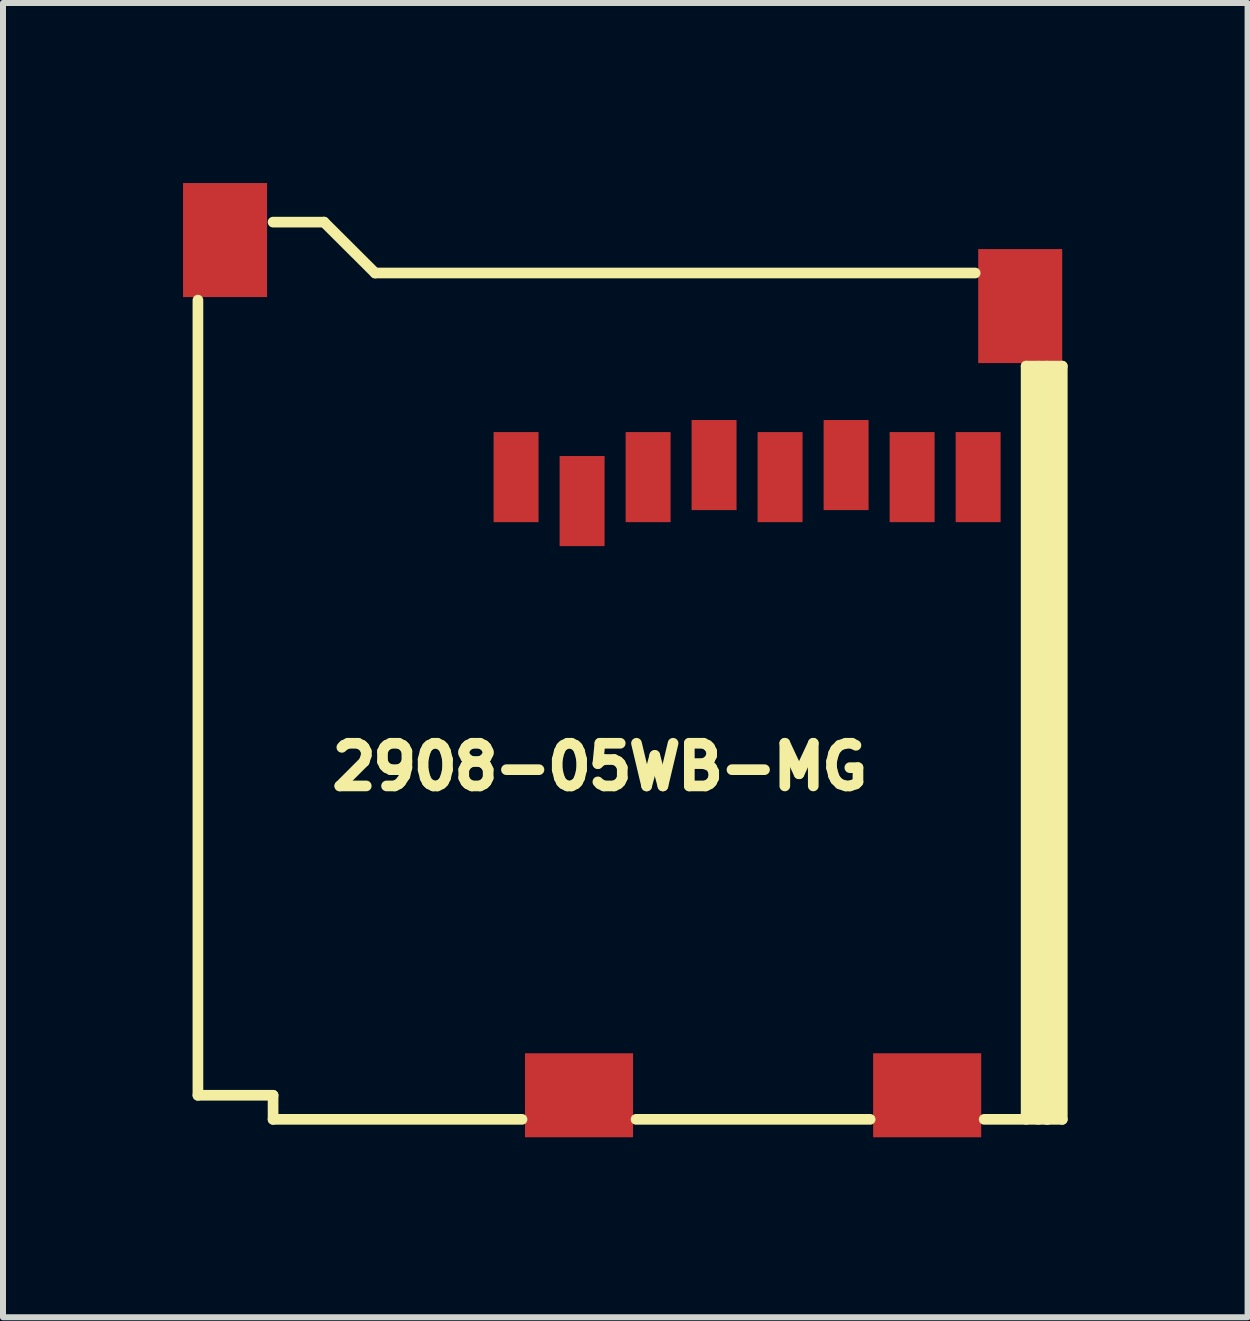
<source format=kicad_pcb>
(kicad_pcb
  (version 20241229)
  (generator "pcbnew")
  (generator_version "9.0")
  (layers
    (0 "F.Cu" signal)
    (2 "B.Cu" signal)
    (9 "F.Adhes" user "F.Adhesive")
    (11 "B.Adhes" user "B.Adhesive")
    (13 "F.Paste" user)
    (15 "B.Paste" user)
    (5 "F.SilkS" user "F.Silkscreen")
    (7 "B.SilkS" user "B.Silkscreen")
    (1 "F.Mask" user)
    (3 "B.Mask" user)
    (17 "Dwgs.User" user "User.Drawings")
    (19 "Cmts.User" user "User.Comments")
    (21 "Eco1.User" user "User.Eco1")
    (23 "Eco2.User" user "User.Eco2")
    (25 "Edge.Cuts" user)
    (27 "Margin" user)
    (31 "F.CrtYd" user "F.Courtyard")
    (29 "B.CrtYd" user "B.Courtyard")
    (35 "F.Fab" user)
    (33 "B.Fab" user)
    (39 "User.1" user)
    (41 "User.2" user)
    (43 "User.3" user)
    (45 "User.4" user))
  (footprint "2908-05WB-MG"
    (layer "F.Cu")
    (at 5.549 4.9)
    (property "Reference" "2908-05WB-MG" (at 1.397 4.826 0) (layer "F.SilkS") (effects (font (size 0.711 0.711) (thickness 0.178))))
    (attr through_hole)
    (fp_line (start -5.301 -2.949) (end -5.301 10.3) (stroke (width 0.178) (type solid)) (layer "F.SilkS"))
    (fp_line (start -5.301 10.3) (end -4.049 10.3) (stroke (width 0.178) (type solid)) (layer "F.SilkS"))
    (fp_line (start -4.049 10.701) (end -4.049 10.3) (stroke (width 0.178) (type solid)) (layer "F.SilkS"))
    (fp_line (start -3.2 -4.249) (end -4.049 -4.249) (stroke (width 0.178) (type solid)) (layer "F.SilkS"))
    (fp_line (start -2.349 -3.401) (end -3.2 -4.249) (stroke (width 0.178) (type solid)) (layer "F.SilkS"))
    (fp_line (start 0.099 10.701) (end -4.049 10.701) (stroke (width 0.178) (type solid)) (layer "F.SilkS"))
    (fp_line (start 5.9 10.701) (end 1.999 10.701) (stroke (width 0.178) (type solid)) (layer "F.SilkS"))
    (fp_line (start 7.65 -3.401) (end -2.349 -3.401) (stroke (width 0.178) (type solid)) (layer "F.SilkS"))
    (fp_line (start 8.499 -1.849) (end 8.499 10.701) (stroke (width 0.178) (type solid)) (layer "F.SilkS"))
    (fp_line (start 8.6 10.65) (end 8.6 -1.801) (stroke (width 0.178) (type solid)) (layer "F.SilkS"))
    (fp_line (start 8.7 -1.849) (end 8.7 10.701) (stroke (width 0.178) (type solid)) (layer "F.SilkS"))
    (fp_line (start 8.849 -1.849) (end 8.849 10.701) (stroke (width 0.178) (type solid)) (layer "F.SilkS"))
    (fp_line (start 8.849 10.701) (end 7.8 10.701) (stroke (width 0.178) (type solid)) (layer "F.SilkS"))
    (fp_line (start 8.951 10.65) (end 8.951 -1.801) (stroke (width 0.178) (type solid)) (layer "F.SilkS"))
    (fp_line (start 9.101 -1.849) (end 8.499 -1.849) (stroke (width 0.178) (type solid)) (layer "F.SilkS"))
    (fp_line (start 9.101 -1.849) (end 9.101 10.701) (stroke (width 0.178) (type solid)) (layer "F.SilkS"))
    (fp_line (start 9.101 10.701) (end 8.849 10.701) (stroke (width 0.178) (type solid)) (layer "F.SilkS"))
    (pad "1" smd rect (at 0 0) (size 0.749 1.501) (layers "F.Cu" "F.Mask" "F.Paste"))
    (pad "2" smd rect (at 1.1 0.399) (size 0.749 1.501) (layers "F.Cu" "F.Mask" "F.Paste"))
    (pad "3" smd rect (at 2.2 0) (size 0.749 1.501) (layers "F.Cu" "F.Mask" "F.Paste"))
    (pad "4" smd rect (at 3.299 -0.201) (size 0.749 1.501) (layers "F.Cu" "F.Mask" "F.Paste"))
    (pad "5" smd rect (at 4.399 0) (size 0.749 1.501) (layers "F.Cu" "F.Mask" "F.Paste"))
    (pad "6" smd rect (at 5.499 -0.201) (size 0.749 1.501) (layers "F.Cu" "F.Mask" "F.Paste"))
    (pad "7" smd rect (at 6.599 0) (size 0.749 1.501) (layers "F.Cu" "F.Mask" "F.Paste"))
    (pad "8" smd rect (at 7.699 0) (size 0.749 1.501) (layers "F.Cu" "F.Mask" "F.Paste"))
    (pad "9" smd rect (at -4.849 -3.95) (size 1.4 1.9) (layers "F.Cu" "F.Mask" "F.Paste"))
    (pad "9" smd rect (at 1.049 10.3) (size 1.801 1.4) (layers "F.Cu" "F.Mask" "F.Paste"))
    (pad "9" smd rect (at 6.85 10.3) (size 1.801 1.4) (layers "F.Cu" "F.Mask" "F.Paste"))
    (pad "9" smd rect (at 8.4 -2.85) (size 1.4 1.9) (layers "F.Cu" "F.Mask" "F.Paste")))
  (gr_rect
    (start -3 -3)
    (end 17.738 18.899)
    (stroke (width 0.1) (type default))
    (fill no)
    (layer "Edge.Cuts")))
</source>
